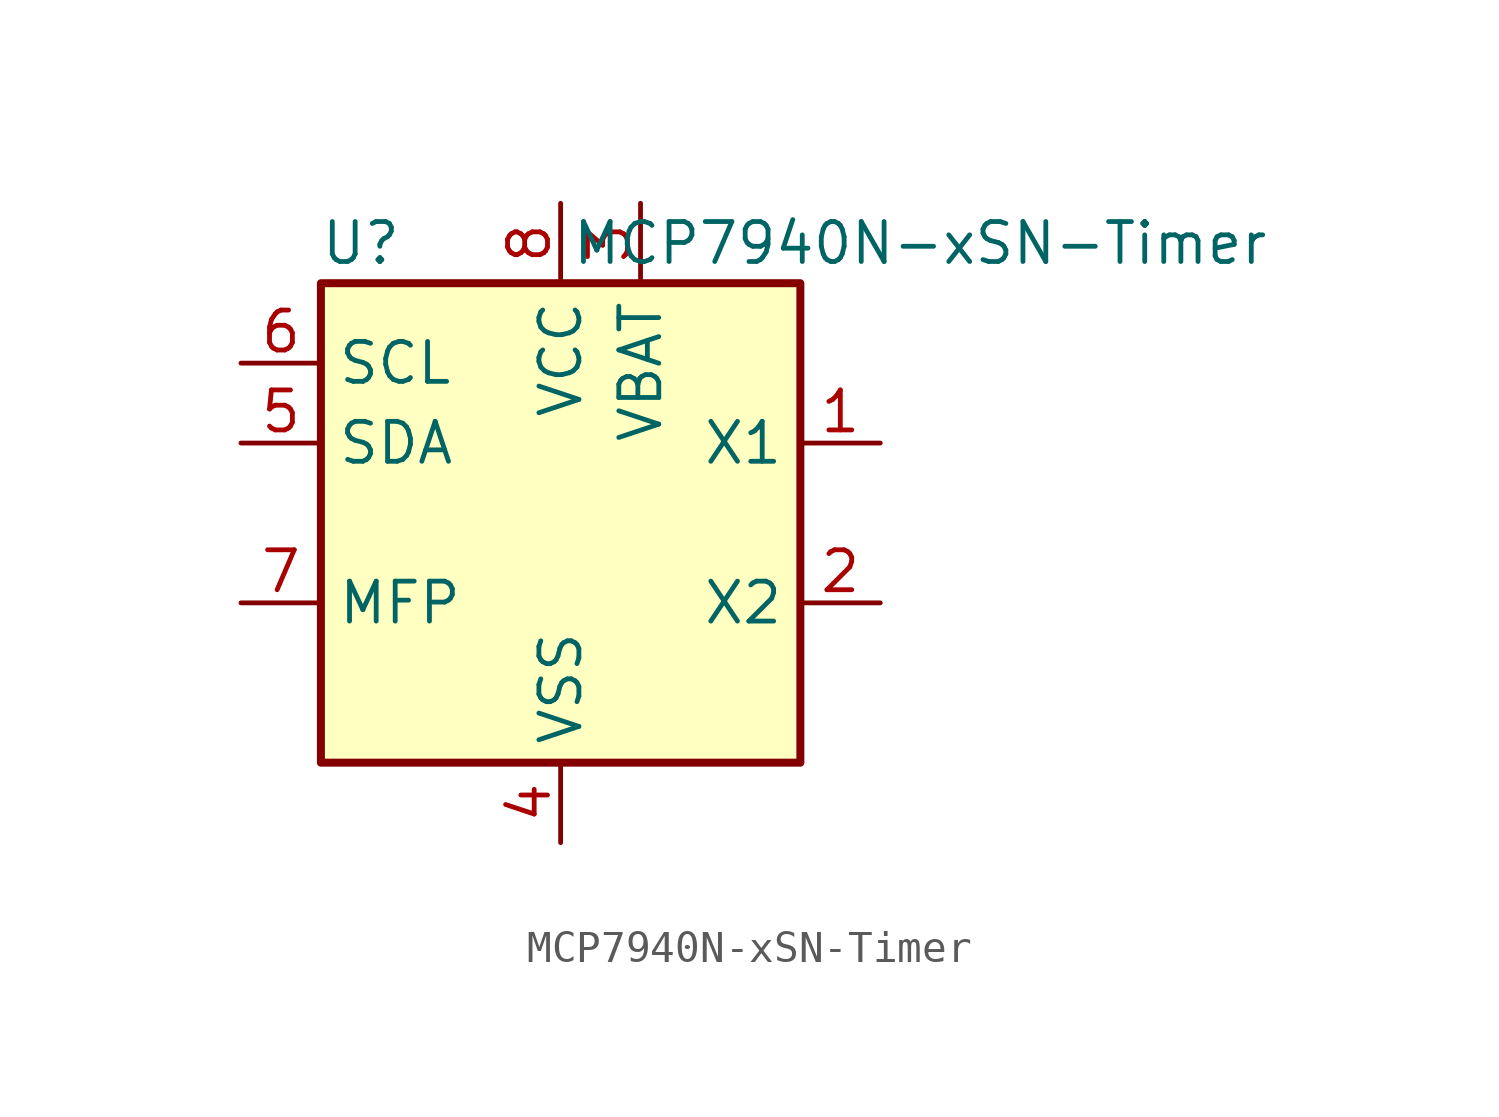
<source format=kicad_sym>
(kicad_symbol_lib
  (version 20211014)
  (generator kicad_symbol_editor)
  (symbol "MCP7940N-xSN-Timer"
    (property "Reference" "U"
      (at -6.35 8.89 0)
      (effects (font (size 1.27 1.27))))
    (property "Value" "MCP7940N-xSN-Timer"
      (at 11.43 8.89 0)
      (effects (font (size 1.27 1.27))))
    (symbol "MCP7940N-xSN-Timer_0_1"
      (rectangle (start -7.62 7.62) (end 7.62 -7.62) (stroke (width 0.254) (type default) (color 0 0 0 0)) (fill (type background))))
    (symbol "MCP7940N-xSN-Timer_1_1"
      (pin input line (at 10.16 2.54 180) (length 2.54) (name "X1" (effects (font (size 1.27 1.27)))) (number "1" (effects (font (size 1.27 1.27)))))
      (pin output line (at 10.16 -2.54 180) (length 2.54) (name "X2" (effects (font (size 1.27 1.27)))) (number "2" (effects (font (size 1.27 1.27)))))
      (pin power_in line (at 2.54 10.16 270) (length 2.54) (name "VBAT" (effects (font (size 1.27 1.27)))) (number "3" (effects (font (size 1.27 1.27)))))
      (pin power_in line (at 0 -10.16 90) (length 2.54) (name "VSS" (effects (font (size 1.27 1.27)))) (number "4" (effects (font (size 1.27 1.27)))))
      (pin bidirectional line (at -10.16 2.54 0) (length 2.54) (name "SDA" (effects (font (size 1.27 1.27)))) (number "5" (effects (font (size 1.27 1.27)))))
      (pin input line (at -10.16 5.08 0) (length 2.54) (name "SCL" (effects (font (size 1.27 1.27)))) (number "6" (effects (font (size 1.27 1.27)))))
      (pin open_collector line (at -10.16 -2.54 0) (length 2.54) (name "MFP" (effects (font (size 1.27 1.27)))) (number "7" (effects (font (size 1.27 1.27)))))
      (pin power_in line (at 0 10.16 270) (length 2.54) (name "VCC" (effects (font (size 1.27 1.27)))) (number "8" (effects (font (size 1.27 1.27))))))))
</source>
